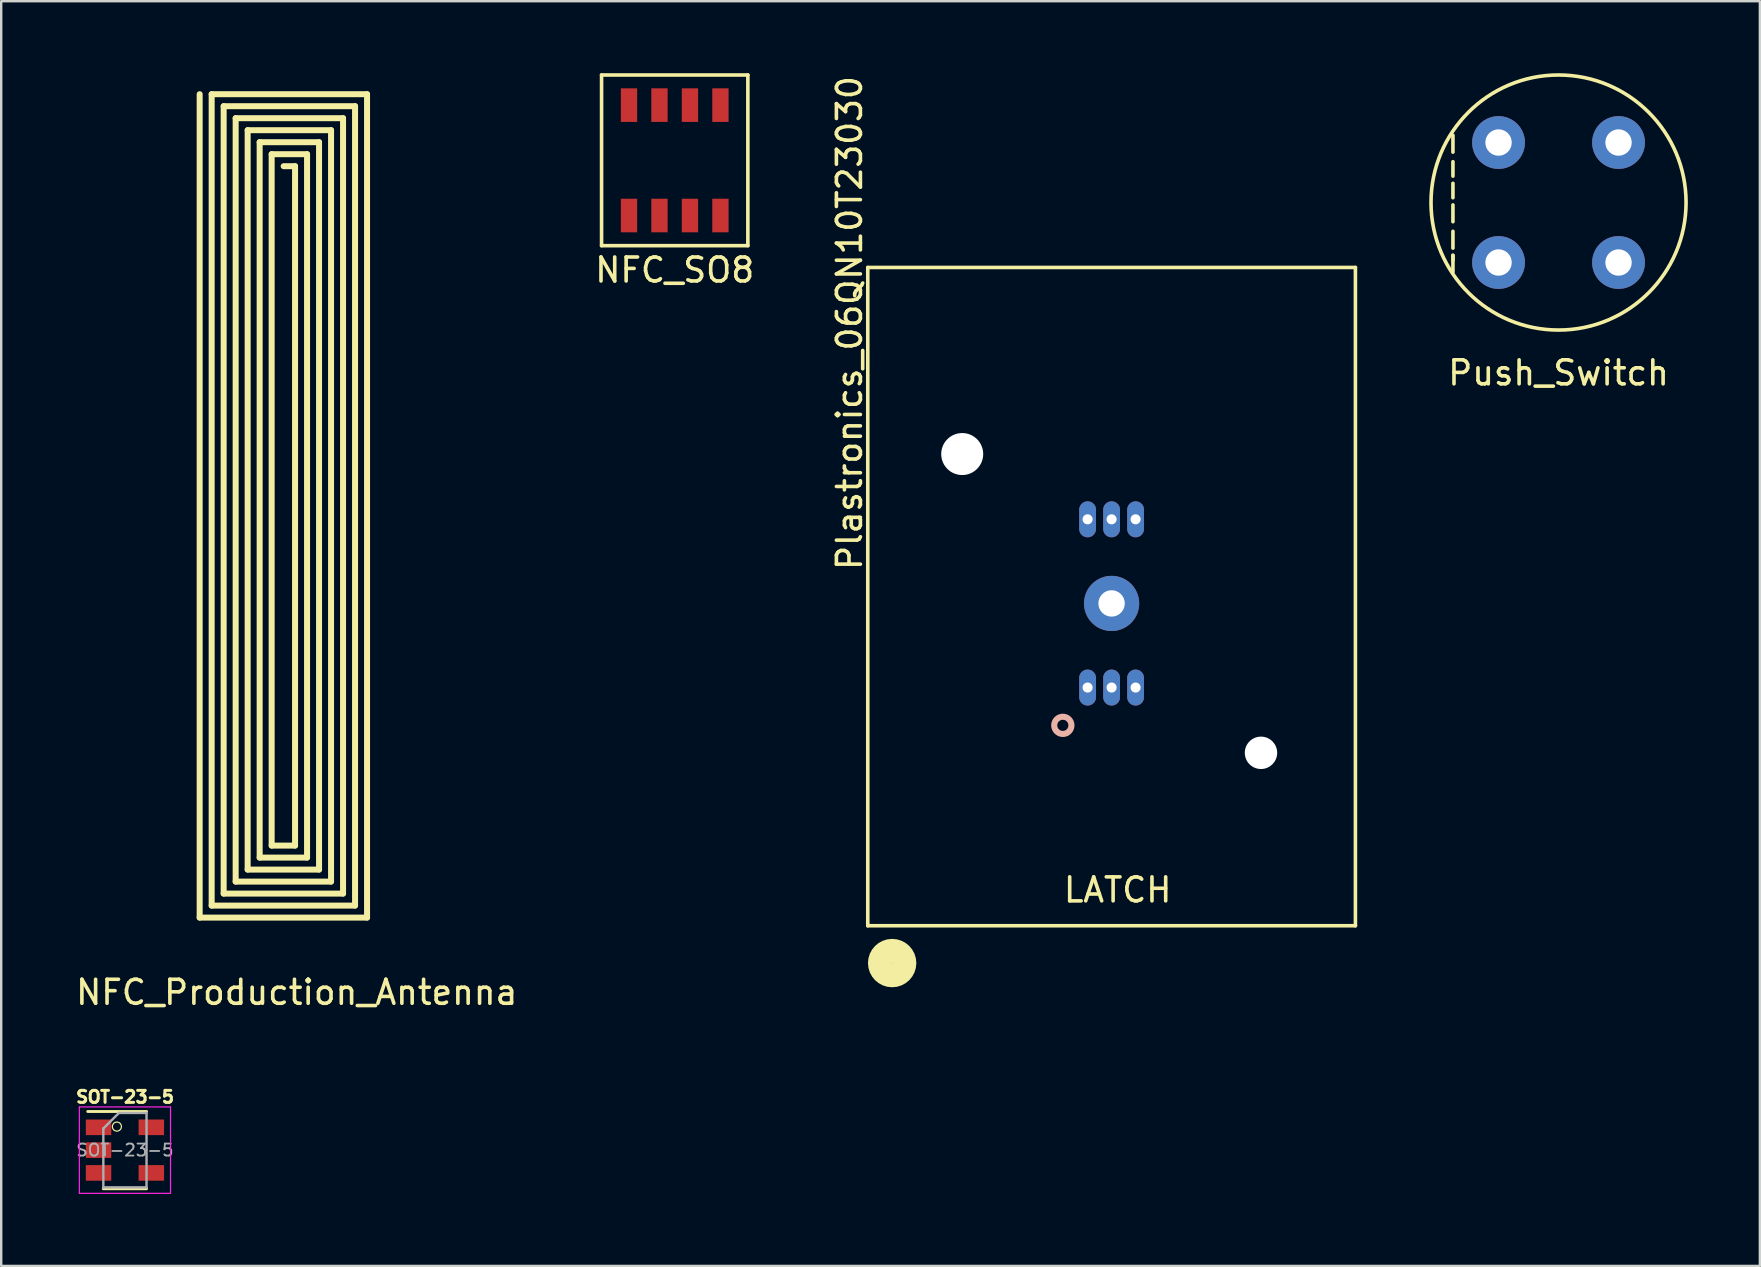
<source format=kicad_pcb>
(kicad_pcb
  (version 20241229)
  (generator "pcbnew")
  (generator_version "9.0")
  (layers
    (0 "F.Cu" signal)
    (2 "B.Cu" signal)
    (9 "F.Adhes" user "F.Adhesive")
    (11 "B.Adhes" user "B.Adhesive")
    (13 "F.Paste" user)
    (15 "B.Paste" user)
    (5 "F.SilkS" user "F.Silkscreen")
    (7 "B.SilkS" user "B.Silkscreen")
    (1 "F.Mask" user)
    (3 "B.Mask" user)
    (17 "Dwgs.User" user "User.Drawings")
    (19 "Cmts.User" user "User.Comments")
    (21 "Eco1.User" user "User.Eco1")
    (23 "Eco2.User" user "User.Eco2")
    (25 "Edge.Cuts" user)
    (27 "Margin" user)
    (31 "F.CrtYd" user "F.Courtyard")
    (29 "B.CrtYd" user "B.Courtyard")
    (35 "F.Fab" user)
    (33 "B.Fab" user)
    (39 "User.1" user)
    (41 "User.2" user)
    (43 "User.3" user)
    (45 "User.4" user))
  (footprint "Push_Switch"
    (layer "F.Cu")
    (at 61.894 5.389)
    (property "Reference" "Push_Switch" (at 0 7.1 0) (layer "F.SilkS") (effects (font (size 1 1) (thickness 0.15))))
    (attr through_hole)
    (fp_line (start -4.4 -2.1) (end -4.4 -2.8) (stroke (width 0.15) (type solid)) (layer "F.SilkS"))
    (fp_line (start -4.4 -1.1) (end -4.4 -1.7) (stroke (width 0.15) (type solid)) (layer "F.SilkS"))
    (fp_line (start -4.4 -0.2) (end -4.4 -0.8) (stroke (width 0.15) (type solid)) (layer "F.SilkS"))
    (fp_line (start -4.4 0.8) (end -4.4 0.1) (stroke (width 0.15) (type solid)) (layer "F.SilkS"))
    (fp_line (start -4.4 1.9) (end -4.4 1.2) (stroke (width 0.15) (type solid)) (layer "F.SilkS"))
    (fp_line (start -4.4 2.2) (end -4.4 2.4) (stroke (width 0.15) (type solid)) (layer "F.SilkS"))
    (fp_line (start -4.4 2.9) (end -4.4 2.2) (stroke (width 0.15) (type solid)) (layer "F.SilkS"))
    (fp_circle (center 0 0) (end 5 -1.8) (stroke (width 0.15) (type solid)) (fill no) (layer "F.SilkS"))
    (pad "1" thru_hole circle (at -2.5 -2.5) (size 2.2 2.2) (drill 1.1) (layers "*.Cu" "*.Mask"))
    (pad "2" thru_hole circle (at -2.5 2.5) (size 2.2 2.2) (drill 1.1) (layers "*.Cu" "*.Mask"))
    (pad "3" thru_hole circle (at 2.5 -2.5) (size 2.2 2.2) (drill 1.1) (layers "*.Cu" "*.Mask"))
    (pad "4" thru_hole circle (at 2.5 2.5) (size 2.2 2.2) (drill 1.1) (layers "*.Cu" "*.Mask")))
  (footprint "NFC_SO8"
    (layer "F.Cu")
    (at 25.065 3.631)
    (property "Reference" "NFC_SO8" (at 0 4.572 0) (layer "F.SilkS") (effects (font (size 1 1) (thickness 0.15))))
    (attr through_hole)
    (fp_line (start -3.048 -3.556) (end 3.048 -3.556) (stroke (width 0.15) (type solid)) (layer "F.SilkS"))
    (fp_line (start -3.048 3.556) (end -3.048 -3.556) (stroke (width 0.15) (type solid)) (layer "F.SilkS"))
    (fp_line (start 3.048 -3.556) (end 3.048 3.556) (stroke (width 0.15) (type solid)) (layer "F.SilkS"))
    (fp_line (start 3.048 3.556) (end -3.048 3.556) (stroke (width 0.15) (type solid)) (layer "F.SilkS"))
    (pad "1" smd rect (at -1.905 2.3) (size 0.68 1.4) (layers "F.Cu" "F.Mask" "F.Paste"))
    (pad "2" smd rect (at -0.635 2.3) (size 0.68 1.4) (layers "F.Cu" "F.Mask" "F.Paste"))
    (pad "3" smd rect (at 0.635 2.3) (size 0.68 1.4) (layers "F.Cu" "F.Mask" "F.Paste"))
    (pad "4" smd rect (at 1.905 2.3) (size 0.68 1.4) (layers "F.Cu" "F.Mask" "F.Paste"))
    (pad "5" smd rect (at 1.905 -2.3) (size 0.68 1.4) (layers "F.Cu" "F.Mask" "F.Paste"))
    (pad "6" smd rect (at 0.635 -2.3) (size 0.68 1.4) (layers "F.Cu" "F.Mask" "F.Paste"))
    (pad "7" smd rect (at -0.635 -2.3) (size 0.68 1.4) (layers "F.Cu" "F.Mask" "F.Paste"))
    (pad "8" smd rect (at -1.905 -2.3) (size 0.68 1.4) (layers "F.Cu" "F.Mask" "F.Paste")))
  (footprint "Plastronics_06QN10T23030"
    (layer "F.Cu")
    (at 43.27 22.095)
    (property "Reference" "Plastronics_06QN10T23030" (at -10.922 -11.684 270) (layer "F.SilkS") (effects (font (size 1 1) (thickness 0.15))))
    (attr through_hole)
    (fp_line (start -10.16 -14) (end -10.16 13.43) (stroke (width 0.15) (type solid)) (layer "F.SilkS"))
    (fp_line (start -10.16 13.43) (end 10.16 13.43) (stroke (width 0.15) (type solid)) (layer "F.SilkS"))
    (fp_line (start 10.16 -14) (end -10.16 -14) (stroke (width 0.15) (type solid)) (layer "F.SilkS"))
    (fp_line (start 10.16 13.43) (end 10.16 -14) (stroke (width 0.15) (type solid)) (layer "F.SilkS"))
    (fp_circle (center -9.144 14.986) (end -8.636 14.986) (stroke (width 1) (type solid)) (fill no) (layer "F.SilkS"))
    (fp_circle (center -2.032 5.08) (end -1.778 4.826) (stroke (width 0.254) (type solid)) (fill no) (layer "B.SilkS"))
    (fp_text user "LATCH" (at 0.254 11.938 0) (layer "F.SilkS") (effects (font (size 1 1) (thickness 0.15))))
    (pad "" np_thru_hole circle (at -6.225 -6.225) (size 1.75 1.75) (drill 1.75) (layers "*.Cu" "*.Mask"))
    (pad "" np_thru_hole circle (at 6.225 6.225) (size 1.35 1.35) (drill 1.35) (layers "*.Cu" "*.Mask"))
    (pad "1" thru_hole oval (at -1 3.505) (size 0.7 1.5) (drill 0.42) (layers "*.Cu" "*.Mask"))
    (pad "2" thru_hole oval (at 0 3.505) (size 0.7 1.5) (drill 0.42) (layers "*.Cu" "*.Mask"))
    (pad "3" thru_hole oval (at 1 3.505) (size 0.7 1.5) (drill 0.42) (layers "*.Cu" "*.Mask"))
    (pad "4" thru_hole oval (at 1 -3.505) (size 0.7 1.5) (drill 0.42) (layers "*.Cu" "*.Mask"))
    (pad "5" thru_hole oval (at 0 -3.505) (size 0.7 1.5) (drill 0.42) (layers "*.Cu" "*.Mask"))
    (pad "6" thru_hole oval (at -1 -3.505) (size 0.7 1.5) (drill 0.42) (layers "*.Cu" "*.Mask"))
    (pad "7" thru_hole circle (at 0 0) (size 2.3 2.3) (drill 1.1) (layers "*.Cu" "*.Mask")))
  (footprint "SOT-23-5"
    (layer "F.Cu")
    (at 2.156 44.875)
    (property "Reference" "SOT-23-5" (at 0.005 -2.215 0) (layer "F.SilkS") (effects (font (size 0.5 0.5) (thickness 0.125))))
    (attr smd)
    (fp_line (start -0.9 1.61) (end 0.9 1.61) (stroke (width 0.12) (type solid)) (layer "F.SilkS"))
    (fp_line (start 0.9 -1.61) (end -1.55 -1.61) (stroke (width 0.12) (type solid)) (layer "F.SilkS"))
    (fp_circle (center -0.335 -0.98) (end -0.239 -0.818) (stroke (width 0.05) (type solid)) (fill no) (layer "F.SilkS"))
    (fp_line (start -1.9 -1.8) (end 1.9 -1.8) (stroke (width 0.05) (type solid)) (layer "F.CrtYd"))
    (fp_line (start -1.9 1.8) (end -1.9 -1.8) (stroke (width 0.05) (type solid)) (layer "F.CrtYd"))
    (fp_line (start 1.9 -1.8) (end 1.9 1.8) (stroke (width 0.05) (type solid)) (layer "F.CrtYd"))
    (fp_line (start 1.9 1.8) (end -1.9 1.8) (stroke (width 0.05) (type solid)) (layer "F.CrtYd"))
    (fp_line (start -0.9 -0.9) (end -0.9 1.55) (stroke (width 0.1) (type solid)) (layer "F.Fab"))
    (fp_line (start -0.9 -0.9) (end -0.25 -1.55) (stroke (width 0.1) (type solid)) (layer "F.Fab"))
    (fp_line (start 0.9 -1.55) (end -0.25 -1.55) (stroke (width 0.1) (type solid)) (layer "F.Fab"))
    (fp_line (start 0.9 -1.55) (end 0.9 1.55) (stroke (width 0.1) (type solid)) (layer "F.Fab"))
    (fp_line (start 0.9 1.55) (end -0.9 1.55) (stroke (width 0.1) (type solid)) (layer "F.Fab"))
    (fp_text user "${REFERENCE}" (at 0 0 0) (layer "F.Fab") (effects (font (size 0.5 0.5) (thickness 0.075))))
    (pad "1" smd rect (at -1.1 -0.95) (size 1.06 0.65) (layers "F.Cu" "F.Mask" "F.Paste"))
    (pad "2" smd rect (at -1.1 0) (size 1.06 0.65) (layers "F.Cu" "F.Mask" "F.Paste"))
    (pad "3" smd rect (at -1.1 0.95) (size 1.06 0.65) (layers "F.Cu" "F.Mask" "F.Paste"))
    (pad "4" smd rect (at 1.1 0.95) (size 1.06 0.65) (layers "F.Cu" "F.Mask" "F.Paste"))
    (pad "5" smd rect (at 1.1 -0.95) (size 1.06 0.65) (layers "F.Cu" "F.Mask" "F.Paste")))
  (footprint "NFC_Production_Antenna"
    (layer "F.Cu")
    (at 4.645 0.25)
    (property "Reference" "NFC_Production_Antenna" (at 4.67 38.05 0) (layer "F.SilkS") (effects (font (size 1 1) (thickness 0.15))))
    (attr through_hole)
    (fp_line (start 0.625 0.625) (end 0.625 34.935) (stroke (width 0.25) (type solid)) (layer "F.SilkS"))
    (fp_line (start 0.625 34.935) (end 7.6 34.935) (stroke (width 0.25) (type solid)) (layer "F.SilkS"))
    (fp_line (start 1.125 0.625) (end 1.125 34.435) (stroke (width 0.25) (type solid)) (layer "F.SilkS"))
    (fp_line (start 1.125 34.435) (end 7.1 34.435) (stroke (width 0.25) (type solid)) (layer "F.SilkS"))
    (fp_line (start 1.625 1.125) (end 1.625 33.935) (stroke (width 0.25) (type solid)) (layer "F.SilkS"))
    (fp_line (start 1.625 33.935) (end 6.6 33.935) (stroke (width 0.25) (type solid)) (layer "F.SilkS"))
    (fp_line (start 2.125 1.625) (end 2.125 33.435) (stroke (width 0.25) (type solid)) (layer "F.SilkS"))
    (fp_line (start 2.125 33.435) (end 6.1 33.435) (stroke (width 0.25) (type solid)) (layer "F.SilkS"))
    (fp_line (start 2.625 2.125) (end 2.625 32.935) (stroke (width 0.25) (type solid)) (layer "F.SilkS"))
    (fp_line (start 2.625 32.935) (end 5.6 32.935) (stroke (width 0.25) (type solid)) (layer "F.SilkS"))
    (fp_line (start 3.125 2.625) (end 3.125 32.435) (stroke (width 0.25) (type solid)) (layer "F.SilkS"))
    (fp_line (start 3.125 32.435) (end 5.1 32.435) (stroke (width 0.25) (type solid)) (layer "F.SilkS"))
    (fp_line (start 3.625 3.125) (end 3.625 31.935) (stroke (width 0.25) (type solid)) (layer "F.SilkS"))
    (fp_line (start 3.625 31.935) (end 4.6 31.935) (stroke (width 0.25) (type solid)) (layer "F.SilkS"))
    (fp_line (start 4.6 3.625) (end 4.125 3.625) (stroke (width 0.25) (type solid)) (layer "F.SilkS"))
    (fp_line (start 4.6 31.935) (end 4.6 3.625) (stroke (width 0.25) (type solid)) (layer "F.SilkS"))
    (fp_line (start 5.1 3.125) (end 3.625 3.125) (stroke (width 0.25) (type solid)) (layer "F.SilkS"))
    (fp_line (start 5.1 32.435) (end 5.1 3.125) (stroke (width 0.25) (type solid)) (layer "F.SilkS"))
    (fp_line (start 5.6 2.625) (end 3.125 2.625) (stroke (width 0.25) (type solid)) (layer "F.SilkS"))
    (fp_line (start 5.6 32.935) (end 5.6 2.625) (stroke (width 0.25) (type solid)) (layer "F.SilkS"))
    (fp_line (start 6.1 2.125) (end 2.625 2.125) (stroke (width 0.25) (type solid)) (layer "F.SilkS"))
    (fp_line (start 6.1 33.435) (end 6.1 2.125) (stroke (width 0.25) (type solid)) (layer "F.SilkS"))
    (fp_line (start 6.6 1.625) (end 2.125 1.625) (stroke (width 0.25) (type solid)) (layer "F.SilkS"))
    (fp_line (start 6.6 33.935) (end 6.6 1.625) (stroke (width 0.25) (type solid)) (layer "F.SilkS"))
    (fp_line (start 7.1 1.125) (end 1.625 1.125) (stroke (width 0.25) (type solid)) (layer "F.SilkS"))
    (fp_line (start 7.1 34.435) (end 7.1 1.125) (stroke (width 0.25) (type solid)) (layer "F.SilkS"))
    (fp_line (start 7.6 0.625) (end 1.125 0.625) (stroke (width 0.25) (type solid)) (layer "F.SilkS"))
    (fp_line (start 7.6 34.935) (end 7.6 0.625) (stroke (width 0.25) (type solid)) (layer "F.SilkS")))
  (gr_rect
    (start -3 -3)
    (end 70.284 49.7)
    (stroke (width 0.1) (type default))
    (fill no)
    (layer "Edge.Cuts")))
</source>
